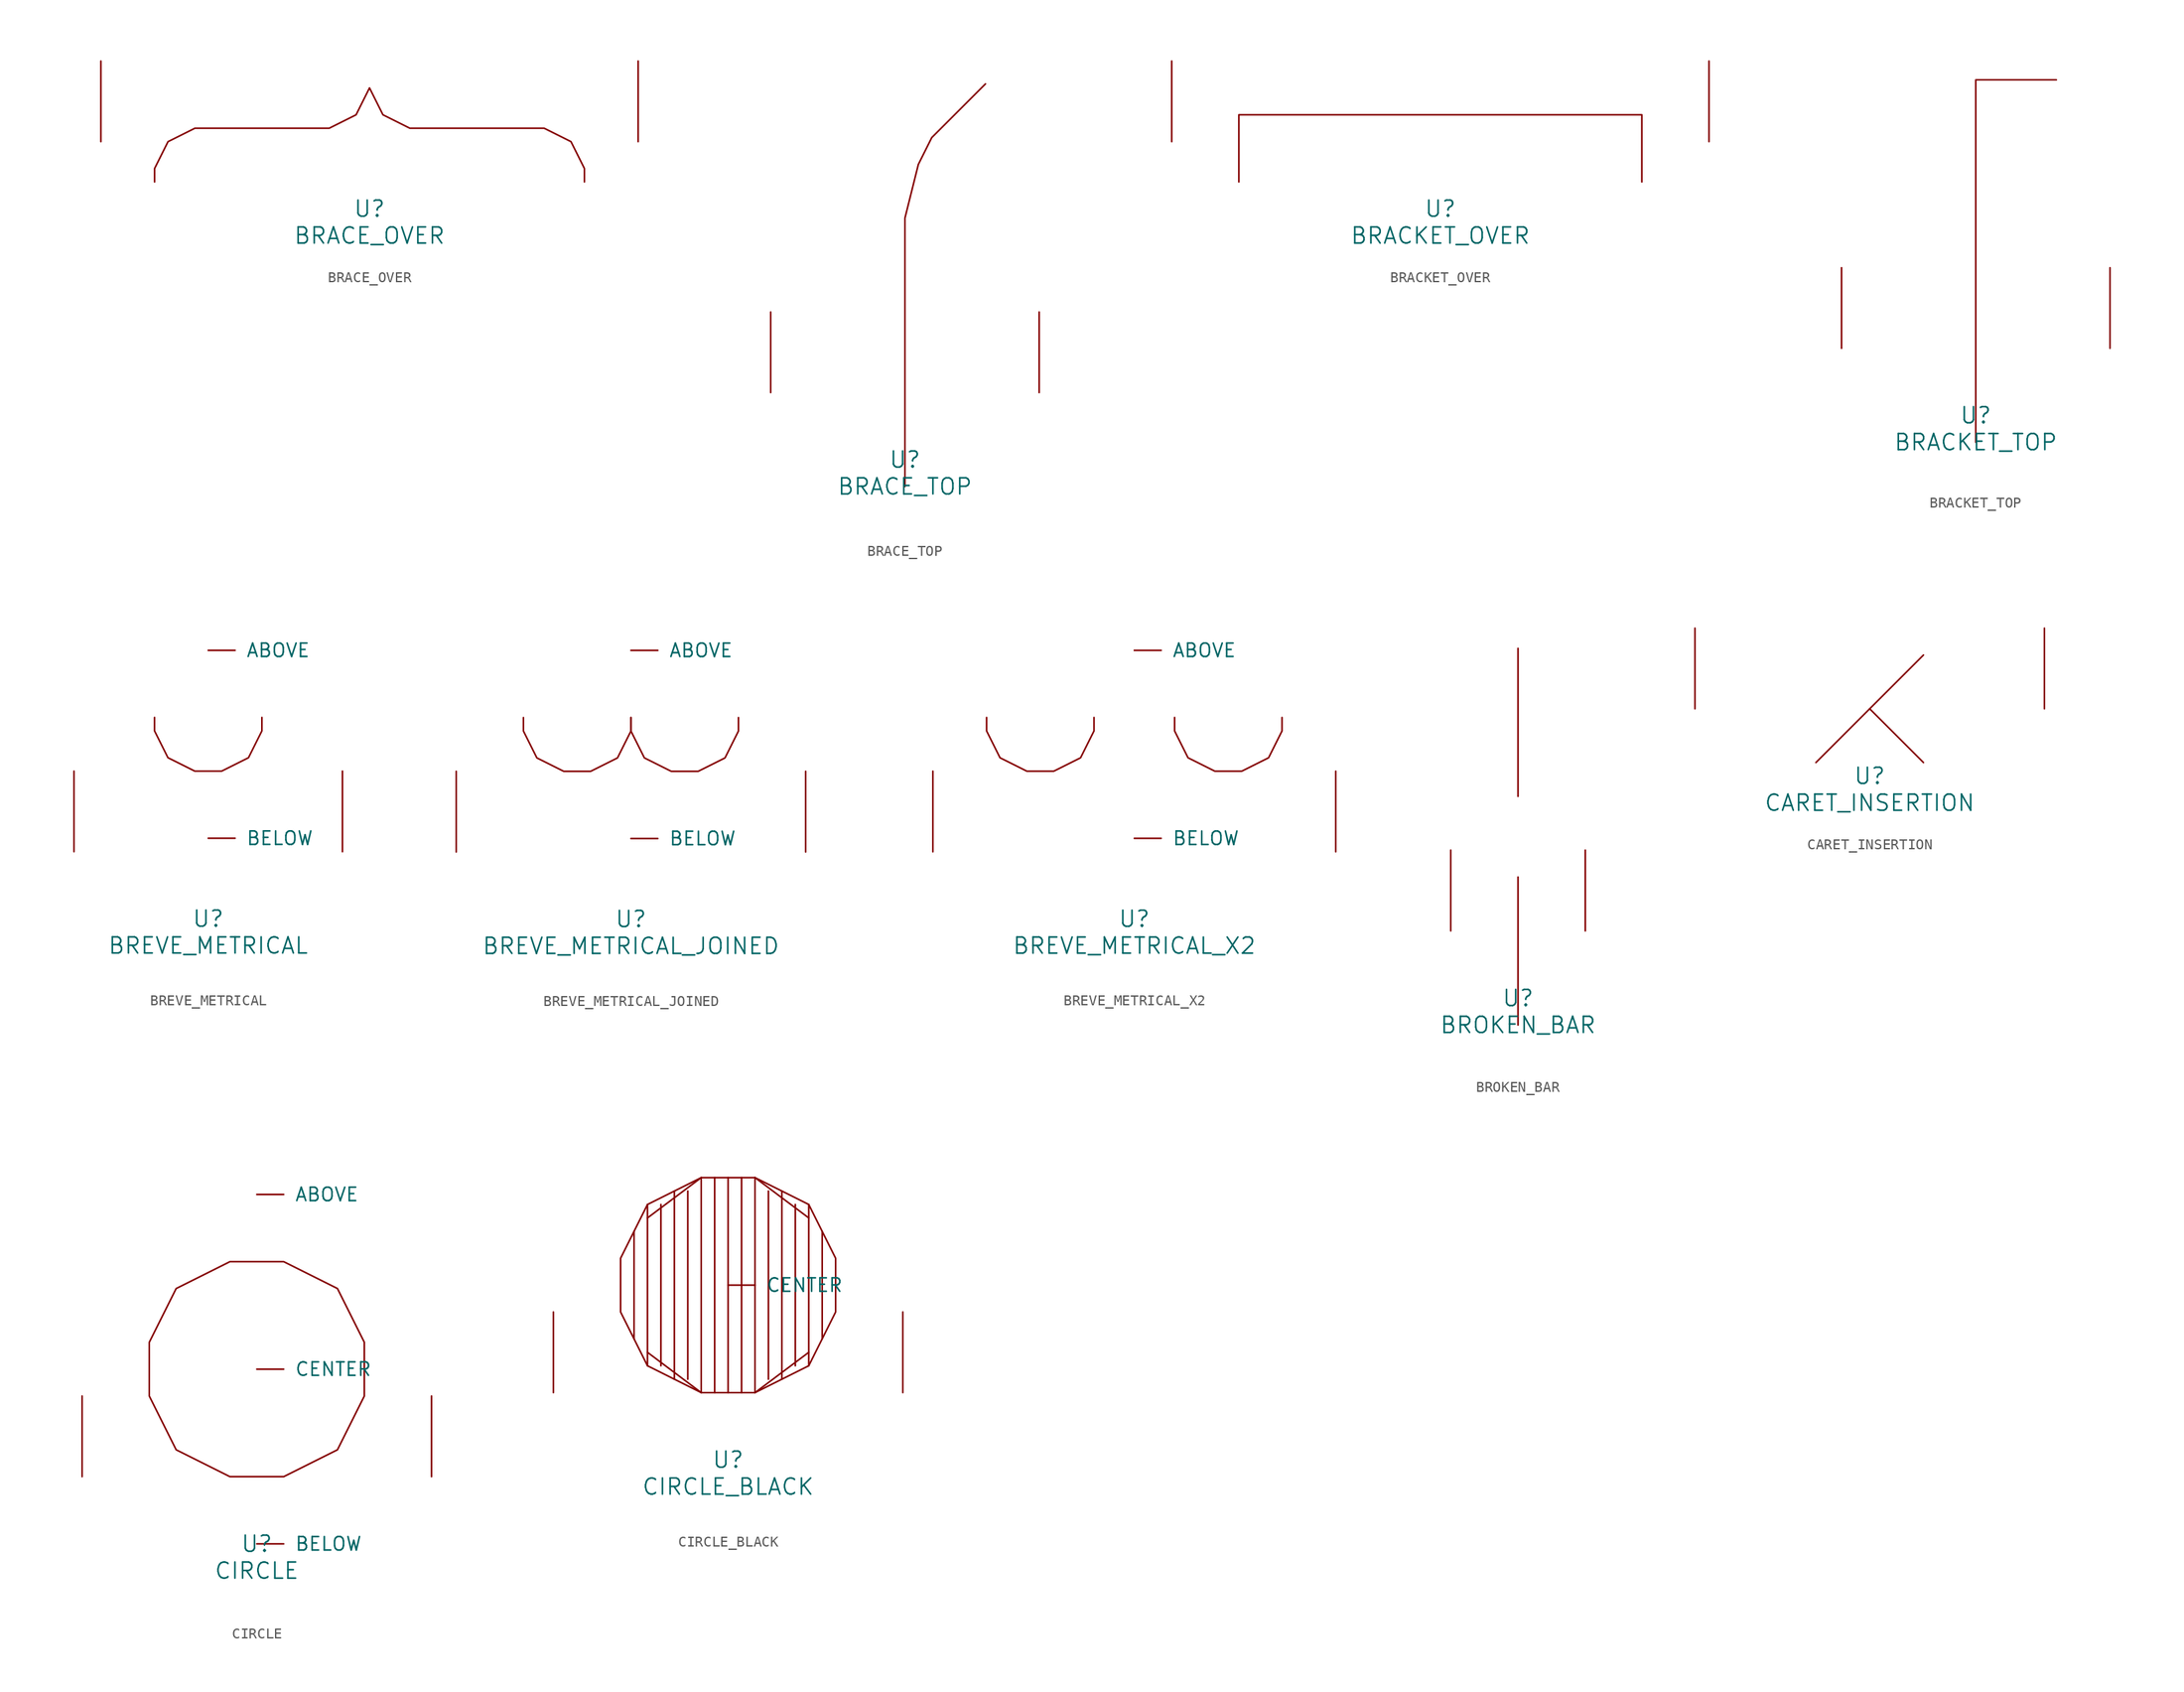
<source format=kicad_sym>
(kicad_symbol_lib
  (version 20220914)
  (generator font_lib2sym)
  (symbol "BRACE_OVER"
    (pin_names
      (offset 1.016))
    (property "Reference" "U"
      (at 0 -6.35 0)
      (effects (font (size 1.524 1.524))))
    (property "Value" "BRACE_OVER"
      (at 0 -8.89 0)
      (effects (font (size 1.524 1.524))))
    (symbol "BRACE_OVER_0_1"
      (polyline (pts (xy -20.32 -3.81) (xy -20.32 -2.54) (xy -19.05 0) (xy -16.51 1.27) (xy -3.81 1.27) (xy -1.27 2.54) (xy 0 5.08) (xy 1.27 2.54) (xy 3.81 1.27) (xy 16.51 1.27) (xy 19.05 0) (xy 20.32 -2.54) (xy 20.32 -3.81)) (stroke (width 0) (type solid)) (fill (type none)))
      (pin input line (at -25.4 0 90) (length 7.62) (name "~" (effects (font (size 1.27 1.27)))) (number "~" (effects (font (size 1.27 1.27)))))
      (pin input line (at 25.4 0 90) (length 7.62) (name "~" (effects (font (size 1.27 1.27)))) (number "~" (effects (font (size 1.27 1.27)))))))
  (symbol "BRACE_TOP"
    (pin_names
      (offset 1.016))
    (property "Reference" "U"
      (at 0 -6.35 0)
      (effects (font (size 1.524 1.524))))
    (property "Value" "BRACE_TOP"
      (at 0 -8.89 0)
      (effects (font (size 1.524 1.524))))
    (symbol "BRACE_TOP_0_1"
      (polyline (pts (xy 7.62 29.21) (xy 2.54 24.13) (xy 1.27 21.59) (xy 0 16.51) (xy 0 -8.89)) (stroke (width 0) (type solid)) (fill (type none)))
      (pin input line (at -12.7 0 90) (length 7.62) (name "~" (effects (font (size 1.27 1.27)))) (number "~" (effects (font (size 1.27 1.27)))))
      (pin input line (at 12.7 0 90) (length 7.62) (name "~" (effects (font (size 1.27 1.27)))) (number "~" (effects (font (size 1.27 1.27)))))))
  (symbol "BRACKET_OVER"
    (pin_names
      (offset 1.016))
    (property "Reference" "U"
      (at 0 -6.35 0)
      (effects (font (size 1.524 1.524))))
    (property "Value" "BRACKET_OVER"
      (at 0 -8.89 0)
      (effects (font (size 1.524 1.524))))
    (symbol "BRACKET_OVER_0_1"
      (polyline (pts (xy -19.05 -3.81) (xy -19.05 2.54) (xy 19.05 2.54) (xy 19.05 -3.81)) (stroke (width 0) (type solid)) (fill (type none)))
      (pin input line (at -25.4 0 90) (length 7.62) (name "~" (effects (font (size 1.27 1.27)))) (number "~" (effects (font (size 1.27 1.27)))))
      (pin input line (at 25.4 0 90) (length 7.62) (name "~" (effects (font (size 1.27 1.27)))) (number "~" (effects (font (size 1.27 1.27)))))))
  (symbol "BRACKET_TOP"
    (pin_names
      (offset 1.016))
    (property "Reference" "U"
      (at 0 -6.35 0)
      (effects (font (size 1.524 1.524))))
    (property "Value" "BRACKET_TOP"
      (at 0 -8.89 0)
      (effects (font (size 1.524 1.524))))
    (symbol "BRACKET_TOP_0_1"
      (polyline (pts (xy 7.62 25.4) (xy 0 25.4) (xy 0 -8.89)) (stroke (width 0) (type solid)) (fill (type none)))
      (pin input line (at -12.7 0 90) (length 7.62) (name "~" (effects (font (size 1.27 1.27)))) (number "~" (effects (font (size 1.27 1.27)))))
      (pin input line (at 12.7 0 90) (length 7.62) (name "~" (effects (font (size 1.27 1.27)))) (number "~" (effects (font (size 1.27 1.27)))))))
  (symbol "BREVE_METRICAL"
    (pin_names
      (offset 1.016))
    (property "Reference" "U"
      (at 0 -6.35 0)
      (effects (font (size 1.524 1.524))))
    (property "Value" "BREVE_METRICAL"
      (at 0 -8.89 0)
      (effects (font (size 1.524 1.524))))
    (symbol "BREVE_METRICAL_0_1"
      (polyline (pts (xy -5.08 12.7) (xy -5.08 11.43) (xy -3.81 8.89) (xy -1.27 7.62) (xy 1.27 7.62) (xy 3.81 8.89) (xy 5.08 11.43) (xy 5.08 12.7)) (stroke (width 0) (type solid)) (fill (type none)))
      (pin input line (at 0 19.05 0) (length 2.54) (name "ABOVE" (effects (font (size 1.27 1.27)))) (number "~" (effects (font (size 1.27 1.27)))))
      (pin input line (at 0 1.27 0) (length 2.54) (name "BELOW" (effects (font (size 1.27 1.27)))) (number "~" (effects (font (size 1.27 1.27)))))
      (pin input line (at -12.7 0 90) (length 7.62) (name "~" (effects (font (size 1.27 1.27)))) (number "~" (effects (font (size 1.27 1.27)))))
      (pin input line (at 12.7 0 90) (length 7.62) (name "~" (effects (font (size 1.27 1.27)))) (number "~" (effects (font (size 1.27 1.27)))))))
  (symbol "BREVE_METRICAL_JOINED"
    (pin_names
      (offset 1.016))
    (property "Reference" "U"
      (at 0 -6.35 0)
      (effects (font (size 1.524 1.524))))
    (property "Value" "BREVE_METRICAL_JOINED"
      (at 0 -8.89 0)
      (effects (font (size 1.524 1.524))))
    (symbol "BREVE_METRICAL_JOINED_0_1"
      (polyline (pts (xy -10.16 12.7) (xy -10.16 11.43) (xy -8.89 8.89) (xy -6.35 7.62) (xy -3.81 7.62) (xy -1.27 8.89) (xy 0 11.43) (xy 0 12.7)) (stroke (width 0) (type solid)) (fill (type none)))
      (polyline (pts (xy 0 12.7) (xy 0 11.43) (xy 1.27 8.89) (xy 3.81 7.62) (xy 6.35 7.62) (xy 8.89 8.89) (xy 10.16 11.43) (xy 10.16 12.7)) (stroke (width 0) (type solid)) (fill (type none)))
      (pin input line (at 0 19.05 0) (length 2.54) (name "ABOVE" (effects (font (size 1.27 1.27)))) (number "~" (effects (font (size 1.27 1.27)))))
      (pin input line (at 0 1.27 0) (length 2.54) (name "BELOW" (effects (font (size 1.27 1.27)))) (number "~" (effects (font (size 1.27 1.27)))))
      (pin input line (at -16.51 0 90) (length 7.62) (name "~" (effects (font (size 1.27 1.27)))) (number "~" (effects (font (size 1.27 1.27)))))
      (pin input line (at 16.51 0 90) (length 7.62) (name "~" (effects (font (size 1.27 1.27)))) (number "~" (effects (font (size 1.27 1.27)))))))
  (symbol "BREVE_METRICAL_X2"
    (pin_names
      (offset 1.016))
    (property "Reference" "U"
      (at 0 -6.35 0)
      (effects (font (size 1.524 1.524))))
    (property "Value" "BREVE_METRICAL_X2"
      (at 0 -8.89 0)
      (effects (font (size 1.524 1.524))))
    (symbol "BREVE_METRICAL_X2_0_1"
      (polyline (pts (xy -13.97 12.7) (xy -13.97 11.43) (xy -12.7 8.89) (xy -10.16 7.62) (xy -7.62 7.62) (xy -5.08 8.89) (xy -3.81 11.43) (xy -3.81 12.7)) (stroke (width 0) (type solid)) (fill (type none)))
      (polyline (pts (xy 3.81 12.7) (xy 3.81 11.43) (xy 5.08 8.89) (xy 7.62 7.62) (xy 10.16 7.62) (xy 12.7 8.89) (xy 13.97 11.43) (xy 13.97 12.7)) (stroke (width 0) (type solid)) (fill (type none)))
      (pin input line (at 0 19.05 0) (length 2.54) (name "ABOVE" (effects (font (size 1.27 1.27)))) (number "~" (effects (font (size 1.27 1.27)))))
      (pin input line (at 0 1.27 0) (length 2.54) (name "BELOW" (effects (font (size 1.27 1.27)))) (number "~" (effects (font (size 1.27 1.27)))))
      (pin input line (at -19.05 0 90) (length 7.62) (name "~" (effects (font (size 1.27 1.27)))) (number "~" (effects (font (size 1.27 1.27)))))
      (pin input line (at 19.05 0 90) (length 7.62) (name "~" (effects (font (size 1.27 1.27)))) (number "~" (effects (font (size 1.27 1.27)))))))
  (symbol "BROKEN_BAR"
    (pin_names
      (offset 1.016))
    (property "Reference" "U"
      (at 0 -6.35 0)
      (effects (font (size 1.524 1.524))))
    (property "Value" "BROKEN_BAR"
      (at 0 -8.89 0)
      (effects (font (size 1.524 1.524))))
    (symbol "BROKEN_BAR_0_1"
      (polyline (pts (xy 0 -8.89) (xy 0 5.08)) (stroke (width 0) (type solid)) (fill (type none)))
      (polyline (pts (xy 0 26.67) (xy 0 12.7)) (stroke (width 0) (type solid)) (fill (type none)))
      (pin input line (at -6.35 0 90) (length 7.62) (name "~" (effects (font (size 1.27 1.27)))) (number "~" (effects (font (size 1.27 1.27)))))
      (pin input line (at 6.35 0 90) (length 7.62) (name "~" (effects (font (size 1.27 1.27)))) (number "~" (effects (font (size 1.27 1.27)))))))
  (symbol "CARET_INSERTION"
    (pin_names
      (offset 1.016))
    (property "Reference" "U"
      (at 0 -6.35 0)
      (effects (font (size 1.524 1.524))))
    (property "Value" "CARET_INSERTION"
      (at 0 -8.89 0)
      (effects (font (size 1.524 1.524))))
    (symbol "CARET_INSERTION_0_1"
      (polyline (pts (xy -5.08 -5.08) (xy 5.08 5.08)) (stroke (width 0) (type solid)) (fill (type none)))
      (polyline (pts (xy 5.08 -5.08) (xy 0 0)) (stroke (width 0) (type solid)) (fill (type none)))
      (pin input line (at -16.51 0 90) (length 7.62) (name "~" (effects (font (size 1.27 1.27)))) (number "~" (effects (font (size 1.27 1.27)))))
      (pin input line (at 16.51 0 90) (length 7.62) (name "~" (effects (font (size 1.27 1.27)))) (number "~" (effects (font (size 1.27 1.27)))))))
  (symbol "CIRCLE"
    (pin_names
      (offset 1.016))
    (property "Reference" "U"
      (at 0 -6.35 0)
      (effects (font (size 1.524 1.524))))
    (property "Value" "CIRCLE"
      (at 0 -8.89 0)
      (effects (font (size 1.524 1.524))))
    (symbol "CIRCLE_0_1"
      (polyline (pts (xy -2.54 20.32) (xy 2.54 20.32) (xy 7.62 17.78) (xy 10.16 12.7) (xy 10.16 7.62) (xy 7.62 2.54) (xy 2.54 0) (xy -2.54 0) (xy -7.62 2.54) (xy -10.16 7.62) (xy -10.16 12.7) (xy -7.62 17.78) (xy -2.54 20.32)) (stroke (width 0) (type solid)) (fill (type none)))
      (pin input line (at 0 26.67 0) (length 2.54) (name "ABOVE" (effects (font (size 1.27 1.27)))) (number "~" (effects (font (size 1.27 1.27)))))
      (pin input line (at 0 -6.35 0) (length 2.54) (name "BELOW" (effects (font (size 1.27 1.27)))) (number "~" (effects (font (size 1.27 1.27)))))
      (pin input line (at 0 10.16 0) (length 2.54) (name "CENTER" (effects (font (size 1.27 1.27)))) (number "~" (effects (font (size 1.27 1.27)))))
      (pin input line (at -16.51 0 90) (length 7.62) (name "~" (effects (font (size 1.27 1.27)))) (number "~" (effects (font (size 1.27 1.27)))))
      (pin input line (at 16.51 0 90) (length 7.62) (name "~" (effects (font (size 1.27 1.27)))) (number "~" (effects (font (size 1.27 1.27)))))))
  (symbol "CIRCLE_BLACK"
    (pin_names
      (offset 1.016))
    (property "Reference" "U"
      (at 0 -6.35 0)
      (effects (font (size 1.524 1.524))))
    (property "Value" "CIRCLE_BLACK"
      (at 0 -8.89 0)
      (effects (font (size 1.524 1.524))))
    (symbol "CIRCLE_BLACK_0_1"
      (polyline (pts (xy -8.89 15.24) (xy -8.89 5.08)) (stroke (width 0) (type solid)) (fill (type none)))
      (polyline (pts (xy -7.62 3.81) (xy -2.54 0)) (stroke (width 0) (type solid)) (fill (type none)))
      (polyline (pts (xy -7.62 16.51) (xy -2.54 20.32)) (stroke (width 0) (type solid)) (fill (type none)))
      (polyline (pts (xy -7.62 17.78) (xy -7.62 2.54)) (stroke (width 0) (type solid)) (fill (type none)))
      (polyline (pts (xy -6.35 2.54) (xy -6.35 17.78)) (stroke (width 0) (type solid)) (fill (type none)))
      (polyline (pts (xy -5.08 19.05) (xy -5.08 1.27)) (stroke (width 0) (type solid)) (fill (type none)))
      (polyline (pts (xy -3.81 1.27) (xy -3.81 19.05)) (stroke (width 0) (type solid)) (fill (type none)))
      (polyline (pts (xy -2.54 20.32) (xy -2.54 0)) (stroke (width 0) (type solid)) (fill (type none)))
      (polyline (pts (xy -1.27 0) (xy -1.27 20.32)) (stroke (width 0) (type solid)) (fill (type none)))
      (polyline (pts (xy 0 20.32) (xy 0 0)) (stroke (width 0) (type solid)) (fill (type none)))
      (polyline (pts (xy 1.27 0) (xy 1.27 20.32)) (stroke (width 0) (type solid)) (fill (type none)))
      (polyline (pts (xy 2.54 0) (xy 7.62 3.81)) (stroke (width 0) (type solid)) (fill (type none)))
      (polyline (pts (xy 2.54 20.32) (xy 2.54 0)) (stroke (width 0) (type solid)) (fill (type none)))
      (polyline (pts (xy 2.54 20.32) (xy 7.62 16.51)) (stroke (width 0) (type solid)) (fill (type none)))
      (polyline (pts (xy 3.81 1.27) (xy 3.81 19.05)) (stroke (width 0) (type solid)) (fill (type none)))
      (polyline (pts (xy 5.08 19.05) (xy 5.08 1.27)) (stroke (width 0) (type solid)) (fill (type none)))
      (polyline (pts (xy 6.35 2.54) (xy 6.35 17.78)) (stroke (width 0) (type solid)) (fill (type none)))
      (polyline (pts (xy 7.62 17.78) (xy 7.62 2.54)) (stroke (width 0) (type solid)) (fill (type none)))
      (polyline (pts (xy 8.89 5.08) (xy 8.89 15.24)) (stroke (width 0) (type solid)) (fill (type none)))
      (polyline (pts (xy -2.54 20.32) (xy 2.54 20.32) (xy 7.62 17.78) (xy 10.16 12.7) (xy 10.16 7.62) (xy 7.62 2.54) (xy 2.54 0) (xy -2.54 0) (xy -7.62 2.54) (xy -10.16 7.62) (xy -10.16 12.7) (xy -7.62 17.78) (xy -2.54 20.32)) (stroke (width 0) (type solid)) (fill (type none)))
      (pin input line (at 0 10.16 0) (length 2.54) (name "CENTER" (effects (font (size 1.27 1.27)))) (number "~" (effects (font (size 1.27 1.27)))))
      (pin input line (at -16.51 0 90) (length 7.62) (name "~" (effects (font (size 1.27 1.27)))) (number "~" (effects (font (size 1.27 1.27)))))
      (pin input line (at 16.51 0 90) (length 7.62) (name "~" (effects (font (size 1.27 1.27)))) (number "~" (effects (font (size 1.27 1.27))))))))
</source>
